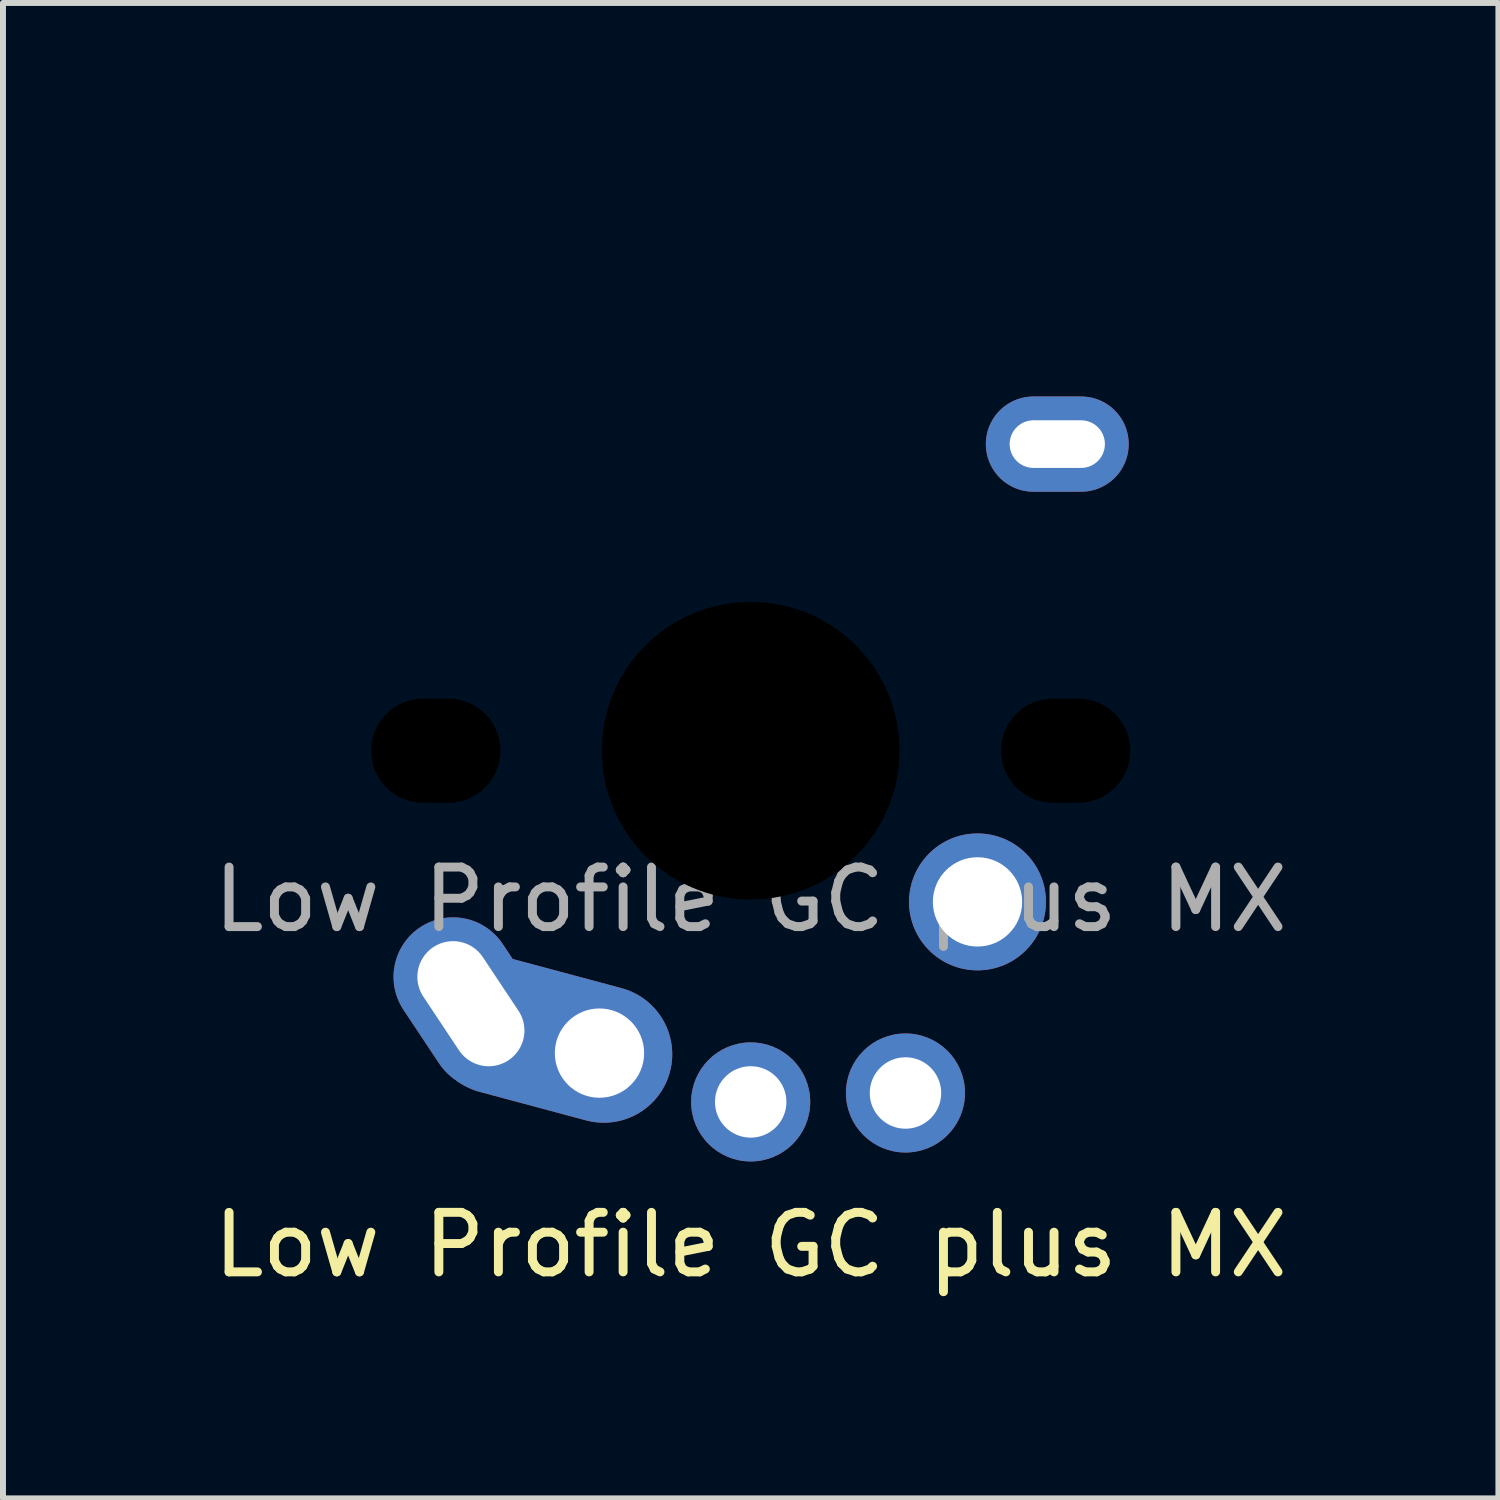
<source format=kicad_pcb>
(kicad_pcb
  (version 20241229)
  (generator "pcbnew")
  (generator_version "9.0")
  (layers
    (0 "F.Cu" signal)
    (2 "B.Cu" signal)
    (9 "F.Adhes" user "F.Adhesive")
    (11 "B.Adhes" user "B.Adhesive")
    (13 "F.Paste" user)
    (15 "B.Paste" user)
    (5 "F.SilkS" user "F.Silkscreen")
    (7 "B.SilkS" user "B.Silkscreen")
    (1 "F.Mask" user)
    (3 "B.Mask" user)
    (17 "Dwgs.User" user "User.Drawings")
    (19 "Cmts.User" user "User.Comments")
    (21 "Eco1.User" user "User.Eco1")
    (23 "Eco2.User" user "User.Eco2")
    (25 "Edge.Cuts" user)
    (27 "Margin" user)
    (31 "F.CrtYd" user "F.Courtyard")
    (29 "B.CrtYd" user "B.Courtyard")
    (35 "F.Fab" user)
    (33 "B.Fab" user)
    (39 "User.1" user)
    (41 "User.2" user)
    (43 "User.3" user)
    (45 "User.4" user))
  (footprint "Low Profile GC plus MX"
    (layer "F.Cu")
    (at 9.56 9.56)
    (property "Reference" "Low Profile GC plus MX" (at 0 8.3 0) (unlocked yes) (layer "F.SilkS") (effects (font (size 1 1) (thickness 0.15))))
    (attr through_hole)
    (fp_line (start -7.5 -7) (end -7 -7.5) (stroke (width 0.12) (type solid)) (layer "User.1"))
    (fp_line (start -7.5 7) (end -7.5 -7) (stroke (width 0.12) (type solid)) (layer "User.1"))
    (fp_line (start -7 -7.5) (end 7 -7.5) (stroke (width 0.12) (type solid)) (layer "User.1"))
    (fp_line (start -7 7.5) (end -7.5 7) (stroke (width 0.12) (type solid)) (layer "User.1"))
    (fp_line (start 7 -7.5) (end 7.5 -7) (stroke (width 0.12) (type solid)) (layer "User.1"))
    (fp_line (start 7 7.5) (end -7 7.5) (stroke (width 0.12) (type solid)) (layer "User.1"))
    (fp_line (start 7.5 -7) (end 7.5 7) (stroke (width 0.12) (type solid)) (layer "User.1"))
    (fp_line (start 7.5 7) (end 7 7.5) (stroke (width 0.12) (type solid)) (layer "User.1"))
    (fp_rect (start -9.5 -9.5) (end 9.5 9.5) (stroke (width 0.12) (type solid)) (fill no) (layer "User.1"))
    (fp_text user "${REFERENCE}" (at 0 2.5 0) (unlocked yes) (layer "F.Fab") (effects (font (size 1 1) (thickness 0.15))))
    (pad "" np_thru_hole oval (at -5.29 0) (size 2.17 1.75) (drill oval 2.17 1.75) (layers "*.Mask"))
    (pad "" np_thru_hole circle (at 0 0) (size 5 5) (drill 5) (layers "*.Mask"))
    (pad "" thru_hole oval (at 5.15 -5.15) (size 2.4 1.6) (drill oval 1.6 0.8) (layers "*.Cu" "*.Mask"))
    (pad "" np_thru_hole oval (at 5.29 0) (size 2.17 1.75) (drill oval 2.17 1.75) (layers "*.Mask"))
    (pad "1" thru_hole oval (at -4.7 4.25 303.6) (size 3.082 2) (drill oval 2.282 1.2) (layers "*.Cu" "*.Mask"))
    (pad "1" thru_hole oval (at -2.54 5.08 345) (size 4.15 2.3) (drill 1.5 (offset -0.85 0)) (layers "*.Cu" "*.Mask"))
    (pad "2" thru_hole circle (at 0 5.9) (size 2 2) (drill 1.2) (layers "*.Cu" "*.Mask"))
    (pad "2" thru_hole circle (at 2.6 5.75) (size 2 2) (drill 1.2) (layers "*.Cu" "*.Mask"))
    (pad "2" thru_hole circle (at 3.81 2.54) (size 2.3 2.3) (drill 1.5) (layers "*.Cu" "*.Mask")))
  (gr_rect
    (start -3 -3)
    (end 22.12 22.12)
    (stroke (width 0.1) (type default))
    (fill no)
    (layer "Edge.Cuts")))
</source>
